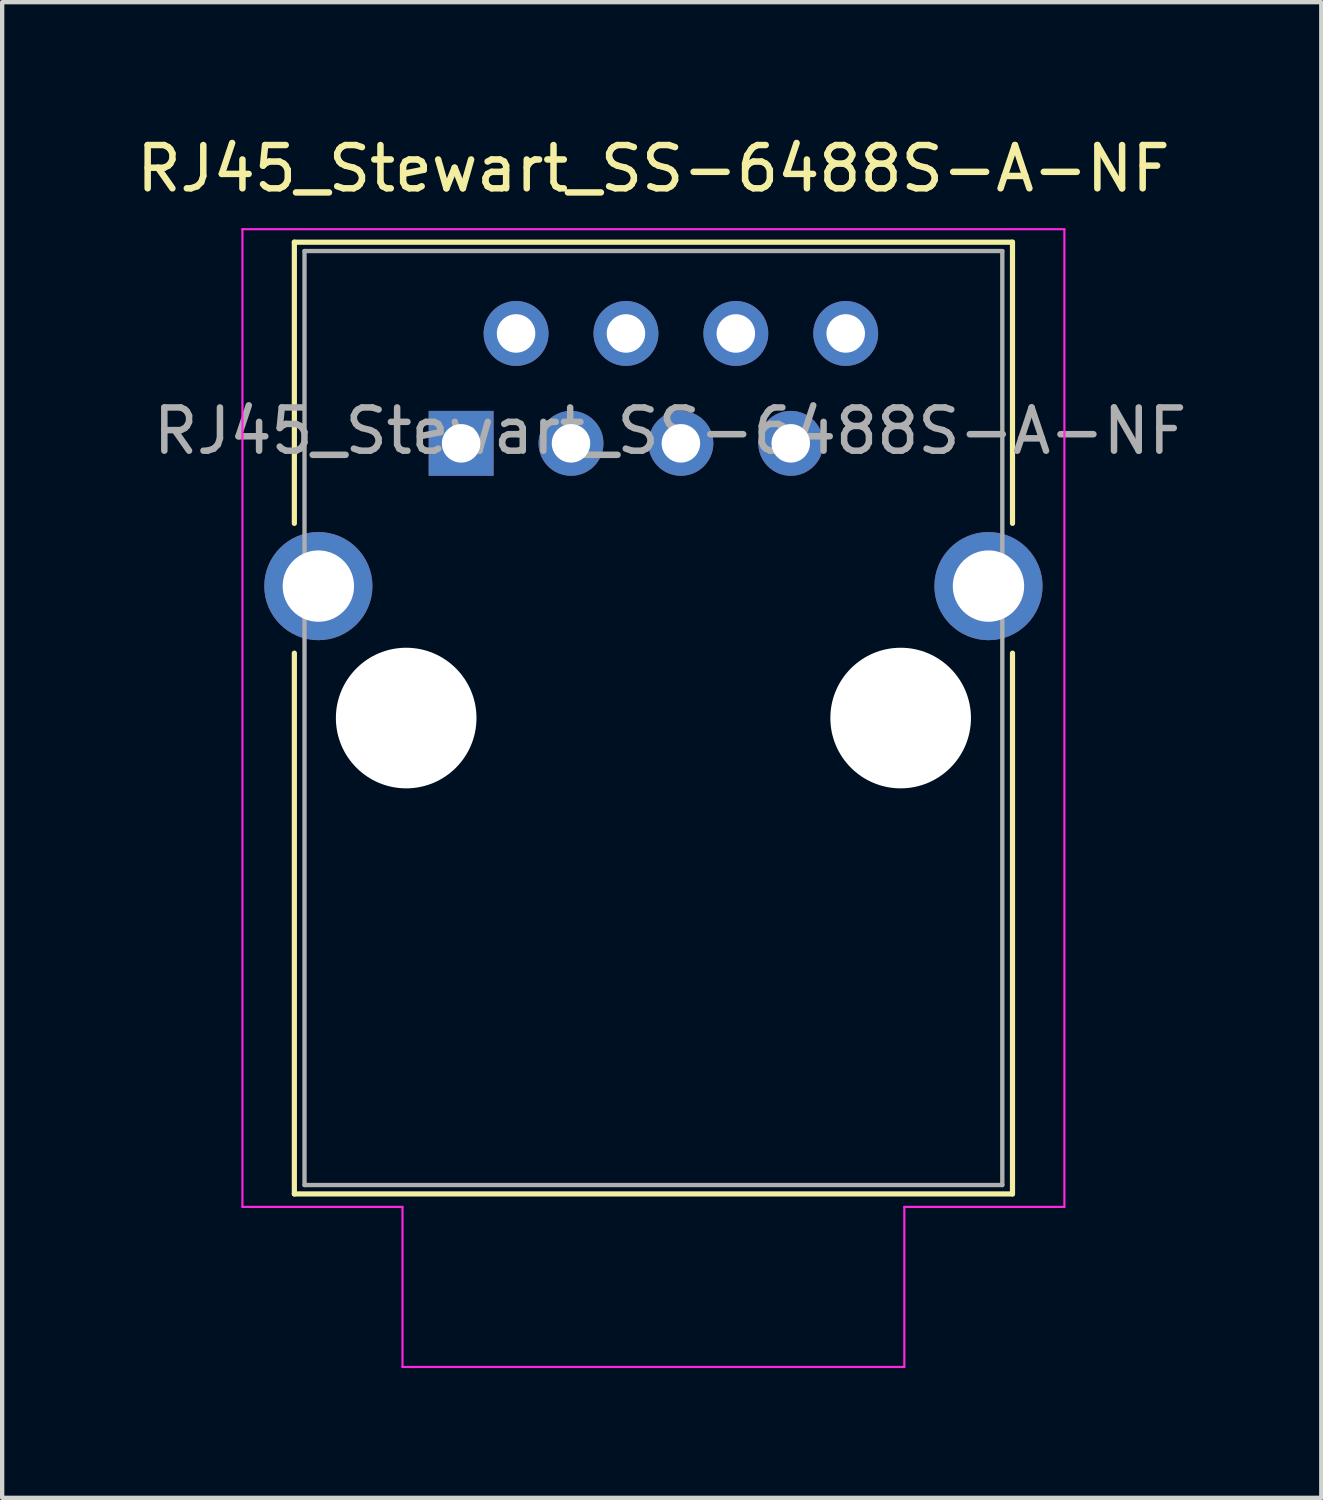
<source format=kicad_pcb>
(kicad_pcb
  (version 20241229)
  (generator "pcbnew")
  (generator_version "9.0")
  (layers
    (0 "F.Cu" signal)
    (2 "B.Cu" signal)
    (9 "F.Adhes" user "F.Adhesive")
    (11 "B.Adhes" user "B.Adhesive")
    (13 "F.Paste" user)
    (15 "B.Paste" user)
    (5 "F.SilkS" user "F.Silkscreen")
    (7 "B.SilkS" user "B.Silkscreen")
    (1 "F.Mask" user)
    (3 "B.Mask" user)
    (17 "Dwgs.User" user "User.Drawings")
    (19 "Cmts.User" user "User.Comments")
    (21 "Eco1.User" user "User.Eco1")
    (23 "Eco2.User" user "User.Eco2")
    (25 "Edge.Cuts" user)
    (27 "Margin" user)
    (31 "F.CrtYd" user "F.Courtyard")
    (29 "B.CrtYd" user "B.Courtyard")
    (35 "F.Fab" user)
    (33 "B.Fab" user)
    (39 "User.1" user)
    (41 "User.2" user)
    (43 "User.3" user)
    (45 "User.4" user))
  (footprint "RJ45_Stewart_SS-6488S-A-NF"
    (layer "F.Cu")
    (at 12.054 13.548)
    (property "Reference" "RJ45_Stewart_SS-6488S-A-NF" (at 0 -12.7 0) (layer "F.SilkS") (effects (font (size 1 1) (thickness 0.15))))
    (attr through_hole)
    (fp_line (start -8.3 -11) (end -8.3 -4.5) (stroke (width 0.12) (type solid)) (layer "F.SilkS"))
    (fp_line (start -8.3 -11) (end 8.3 -11) (stroke (width 0.12) (type solid)) (layer "F.SilkS"))
    (fp_line (start -8.3 11) (end -8.3 -1.5) (stroke (width 0.12) (type solid)) (layer "F.SilkS"))
    (fp_line (start -8.3 11) (end 8.3 11) (stroke (width 0.12) (type solid)) (layer "F.SilkS"))
    (fp_line (start 8.3 -11) (end 8.3 -4.5) (stroke (width 0.12) (type solid)) (layer "F.SilkS"))
    (fp_line (start 8.3 11) (end 8.3 -1.5) (stroke (width 0.12) (type solid)) (layer "F.SilkS"))
    (fp_line (start -9.5 -11.3) (end -9.5 11.3) (stroke (width 0.05) (type solid)) (layer "F.CrtYd"))
    (fp_line (start -9.5 -11.3) (end 9.5 -11.3) (stroke (width 0.05) (type solid)) (layer "F.CrtYd"))
    (fp_line (start -9.5 11.3) (end -5.8 11.3) (stroke (width 0.05) (type solid)) (layer "F.CrtYd"))
    (fp_line (start -5.8 11.3) (end -5.8 15) (stroke (width 0.05) (type solid)) (layer "F.CrtYd"))
    (fp_line (start -5.8 15) (end 5.8 15) (stroke (width 0.05) (type solid)) (layer "F.CrtYd"))
    (fp_line (start 5.8 11.3) (end 9.5 11.3) (stroke (width 0.05) (type solid)) (layer "F.CrtYd"))
    (fp_line (start 5.8 15) (end 5.8 11.3) (stroke (width 0.05) (type solid)) (layer "F.CrtYd"))
    (fp_line (start 9.5 -11.3) (end 9.5 11.3) (stroke (width 0.05) (type solid)) (layer "F.CrtYd"))
    (fp_line (start -8.065 -10.795) (end -8.065 10.795) (stroke (width 0.1) (type solid)) (layer "F.Fab"))
    (fp_line (start -8.065 -10.795) (end 8.065 -10.795) (stroke (width 0.1) (type solid)) (layer "F.Fab"))
    (fp_line (start -8.065 10.795) (end 8.065 10.795) (stroke (width 0.1) (type solid)) (layer "F.Fab"))
    (fp_line (start 8.065 -10.795) (end 8.065 10.795) (stroke (width 0.1) (type solid)) (layer "F.Fab"))
    (fp_text user "${REFERENCE}" (at 0.385 -6.635 0) (layer "F.Fab") (effects (font (size 1 1) (thickness 0.15))))
    (pad "" np_thru_hole circle (at -5.715 0) (size 3.25 3.25) (drill 3.25) (layers "*.Cu" "*.Mask"))
    (pad "" np_thru_hole circle (at 5.715 0) (size 3.25 3.25) (drill 3.25) (layers "*.Cu" "*.Mask"))
    (pad "1" thru_hole rect (at -4.445 -6.35) (size 1.5 1.5) (drill 0.89) (layers "*.Cu" "*.Mask"))
    (pad "2" thru_hole circle (at -3.175 -8.89) (size 1.5 1.5) (drill 0.89) (layers "*.Cu" "*.Mask"))
    (pad "3" thru_hole circle (at -1.905 -6.35) (size 1.5 1.5) (drill 0.89) (layers "*.Cu" "*.Mask"))
    (pad "4" thru_hole circle (at -0.635 -8.89) (size 1.5 1.5) (drill 0.89) (layers "*.Cu" "*.Mask"))
    (pad "5" thru_hole circle (at 0.635 -6.35) (size 1.5 1.5) (drill 0.89) (layers "*.Cu" "*.Mask"))
    (pad "6" thru_hole circle (at 1.905 -8.89) (size 1.5 1.5) (drill 0.89) (layers "*.Cu" "*.Mask"))
    (pad "7" thru_hole circle (at 3.175 -6.35) (size 1.5 1.5) (drill 0.89) (layers "*.Cu" "*.Mask"))
    (pad "8" thru_hole circle (at 4.445 -8.89) (size 1.5 1.5) (drill 0.89) (layers "*.Cu" "*.Mask"))
    (pad "SH" thru_hole circle (at -7.745 -3.05) (size 2.5 2.5) (drill 1.65) (layers "*.Cu" "*.Mask"))
    (pad "SH" thru_hole circle (at 7.745 -3.05) (size 2.5 2.5) (drill 1.65) (layers "*.Cu" "*.Mask")))
  (gr_rect
    (start -3 -3)
    (end 27.492 31.573)
    (stroke (width 0.1) (type default))
    (fill no)
    (layer "Edge.Cuts")))
</source>
